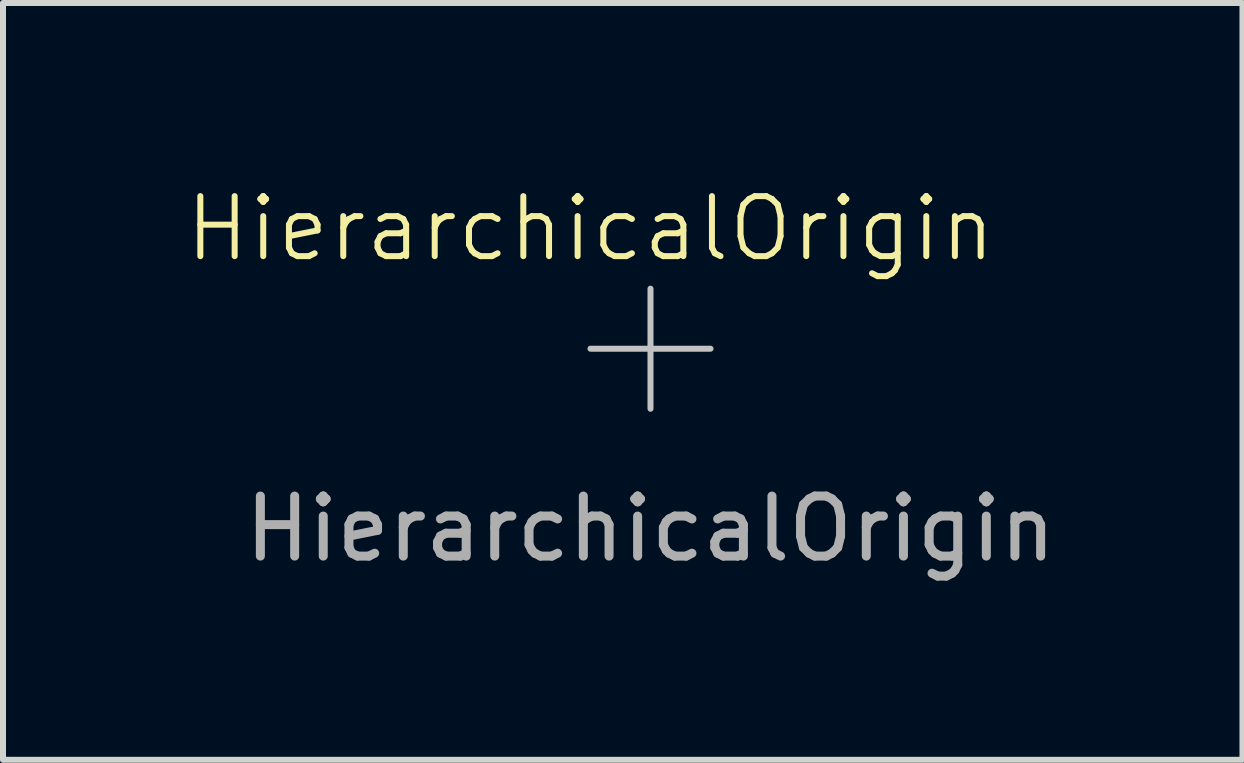
<source format=kicad_pcb>
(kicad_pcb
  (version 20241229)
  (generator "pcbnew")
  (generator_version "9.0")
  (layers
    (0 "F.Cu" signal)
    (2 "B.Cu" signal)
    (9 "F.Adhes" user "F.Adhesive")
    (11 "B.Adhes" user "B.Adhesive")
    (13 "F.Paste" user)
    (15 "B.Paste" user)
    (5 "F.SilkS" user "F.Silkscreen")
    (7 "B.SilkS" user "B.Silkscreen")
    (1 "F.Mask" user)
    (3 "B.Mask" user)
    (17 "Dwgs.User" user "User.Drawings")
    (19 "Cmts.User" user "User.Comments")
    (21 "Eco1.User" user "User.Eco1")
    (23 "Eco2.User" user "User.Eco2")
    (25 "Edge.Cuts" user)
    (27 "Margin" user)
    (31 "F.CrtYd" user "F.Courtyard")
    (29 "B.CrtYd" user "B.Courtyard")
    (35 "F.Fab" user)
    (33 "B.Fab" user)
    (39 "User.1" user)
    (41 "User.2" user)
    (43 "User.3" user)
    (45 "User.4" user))
  (footprint "HierarchicalOrigin"
    (layer "F.Cu")
    (at 7.788 2.76)
    (property "Reference" "HierarchicalOrigin" (at -1 -2 0) (unlocked yes) (layer "F.SilkS") (effects (font (size 1 1) (thickness 0.1))))
    (attr smd)
    (fp_line (start 0 1) (end 0 -1) (stroke (width 0.1) (type default)) (layer "Dwgs.User"))
    (fp_line (start 1 0) (end -1 0) (stroke (width 0.1) (type default)) (layer "Dwgs.User"))
    (fp_text user "${REFERENCE}" (at 0 3 0) (unlocked yes) (layer "F.Fab") (effects (font (size 1 1) (thickness 0.15)))))
  (gr_rect
    (start -3 -3)
    (end 17.651 9.609)
    (stroke (width 0.1) (type default))
    (fill no)
    (layer "Edge.Cuts")))
</source>
